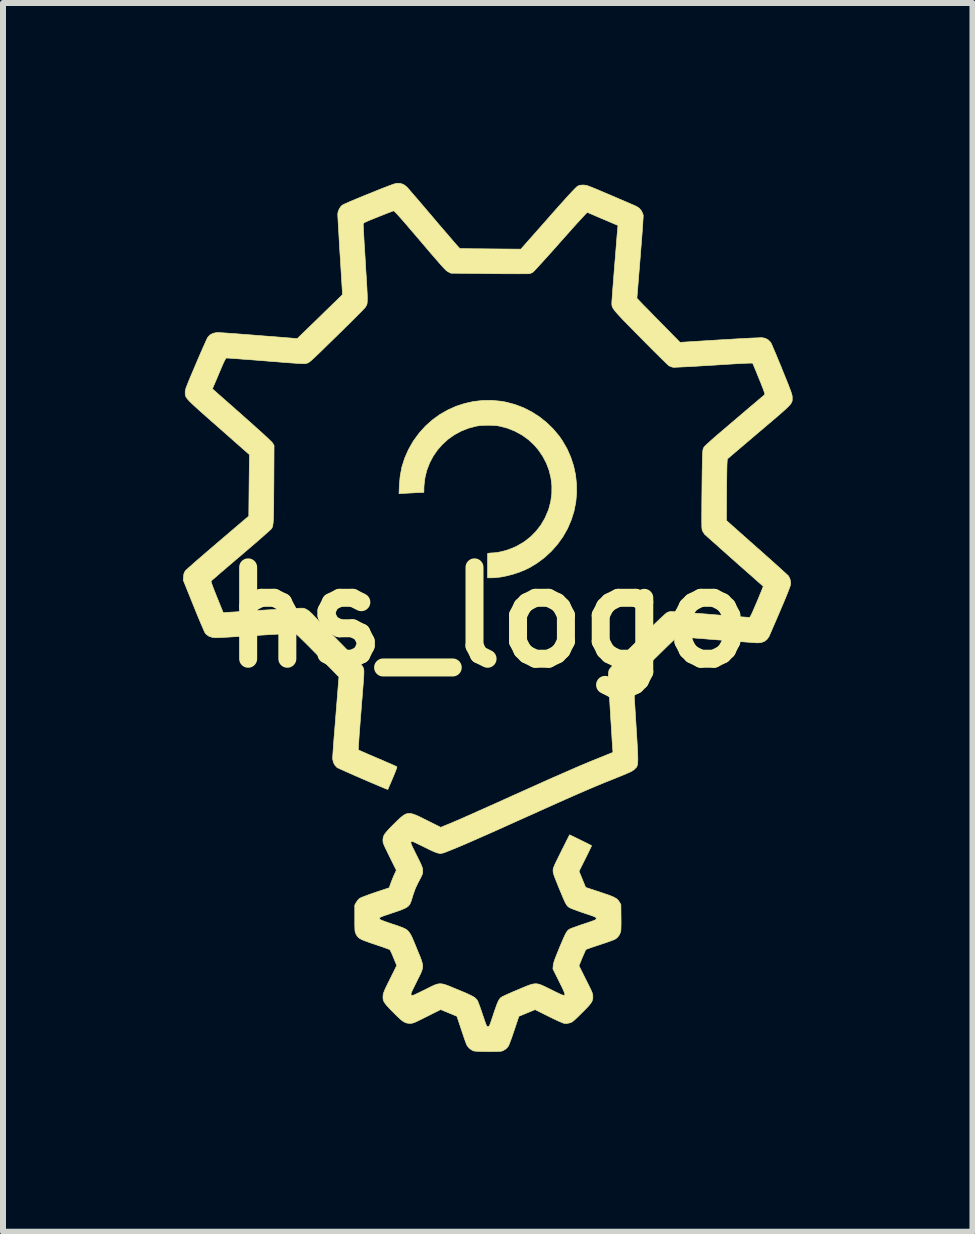
<source format=kicad_pcb>
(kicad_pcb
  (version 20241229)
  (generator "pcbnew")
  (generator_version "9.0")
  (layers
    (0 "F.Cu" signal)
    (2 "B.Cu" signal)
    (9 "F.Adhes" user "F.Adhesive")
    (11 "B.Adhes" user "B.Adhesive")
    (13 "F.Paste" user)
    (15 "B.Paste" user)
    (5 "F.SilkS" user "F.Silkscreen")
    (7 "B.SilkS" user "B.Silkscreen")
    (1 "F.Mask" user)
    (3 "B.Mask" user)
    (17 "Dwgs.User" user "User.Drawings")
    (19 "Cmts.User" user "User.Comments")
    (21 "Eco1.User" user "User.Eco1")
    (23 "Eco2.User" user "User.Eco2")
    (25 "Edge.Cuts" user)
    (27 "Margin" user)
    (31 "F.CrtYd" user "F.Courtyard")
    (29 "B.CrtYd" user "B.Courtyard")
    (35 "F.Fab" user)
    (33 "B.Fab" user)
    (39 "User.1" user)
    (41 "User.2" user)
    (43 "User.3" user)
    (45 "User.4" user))
  (footprint "hs_logo"
    (layer "F.Cu")
    (at 5.079 7.244)
    (property "Reference" "hs_logo" (at 0 0 0) (layer "F.SilkS") (effects (font (size 1.524 1.524) (thickness 0.3))))
    (attr through_hole)
    (fp_poly (pts (xy 0.226 -3.604) (xy 0.305 -3.59) (xy 0.453 -3.551) (xy 0.596 -3.497) (xy 0.733 -3.428) (xy 0.863 -3.345) (xy 0.984 -3.249) (xy 1.095 -3.141) (xy 1.194 -3.023) (xy 1.247 -2.946) (xy 1.325 -2.812) (xy 1.387 -2.671) (xy 1.435 -2.525) (xy 1.467 -2.376) (xy 1.483 -2.225) (xy 1.485 -2.072) (xy 1.471 -1.92) (xy 1.441 -1.77) (xy 1.395 -1.624) (xy 1.334 -1.482) (xy 1.333 -1.48) (xy 1.257 -1.346) (xy 1.167 -1.221) (xy 1.064 -1.104) (xy 0.949 -0.998) (xy 0.823 -0.904) (xy 0.711 -0.836) (xy 0.624 -0.793) (xy 0.527 -0.754) (xy 0.424 -0.72) (xy 0.319 -0.693) (xy 0.216 -0.673) (xy 0.12 -0.662) (xy 0.066 -0.66) (xy 0 -0.66) (xy 0 -1.065) (xy 0.019 -1.07) (xy 0.039 -1.073) (xy 0.067 -1.075) (xy 0.077 -1.075) (xy 0.147 -1.08) (xy 0.225 -1.095) (xy 0.309 -1.117) (xy 0.394 -1.147) (xy 0.475 -1.182) (xy 0.499 -1.194) (xy 0.613 -1.262) (xy 0.718 -1.344) (xy 0.81 -1.437) (xy 0.89 -1.541) (xy 0.957 -1.655) (xy 1.01 -1.778) (xy 1.021 -1.808) (xy 1.054 -1.936) (xy 1.071 -2.066) (xy 1.072 -2.196) (xy 1.057 -2.324) (xy 1.027 -2.449) (xy 0.981 -2.571) (xy 0.921 -2.686) (xy 0.846 -2.795) (xy 0.782 -2.87) (xy 0.684 -2.962) (xy 0.576 -3.04) (xy 0.459 -3.104) (xy 0.333 -3.155) (xy 0.207 -3.188) (xy 0.154 -3.197) (xy 0.09 -3.202) (xy 0.019 -3.204) (xy -0.052 -3.203) (xy -0.12 -3.199) (xy -0.177 -3.191) (xy -0.189 -3.189) (xy -0.317 -3.155) (xy -0.439 -3.107) (xy -0.552 -3.046) (xy -0.657 -2.972) (xy -0.751 -2.887) (xy -0.835 -2.792) (xy -0.907 -2.688) (xy -0.966 -2.576) (xy -1.012 -2.457) (xy -1.043 -2.332) (xy -1.059 -2.203) (xy -1.061 -2.166) (xy -1.062 -2.085) (xy -1.181 -2.08) (xy -1.234 -2.077) (xy -1.291 -2.074) (xy -1.345 -2.071) (xy -1.388 -2.069) (xy -1.476 -2.063) (xy -1.471 -2.202) (xy -1.457 -2.358) (xy -1.428 -2.509) (xy -1.382 -2.654) (xy -1.32 -2.795) (xy -1.242 -2.933) (xy -1.23 -2.951) (xy -1.137 -3.077) (xy -1.033 -3.192) (xy -0.918 -3.294) (xy -0.795 -3.383) (xy -0.664 -3.458) (xy -0.526 -3.52) (xy -0.382 -3.567) (xy -0.234 -3.6) (xy -0.083 -3.617) (xy 0.071 -3.619) (xy 0.226 -3.604)) (stroke (width 0.01) (type solid)) (fill yes) (layer "F.SilkS"))
    (fp_poly (pts (xy -1.442 -7.233) (xy -1.397 -7.216) (xy -1.355 -7.184) (xy -1.337 -7.166) (xy -1.325 -7.153) (xy -1.303 -7.128) (xy -1.272 -7.092) (xy -1.234 -7.047) (xy -1.187 -6.994) (xy -1.135 -6.933) (xy -1.078 -6.866) (xy -1.016 -6.793) (xy -0.951 -6.717) (xy -0.885 -6.639) (xy -0.819 -6.561) (xy -0.755 -6.487) (xy -0.696 -6.418) (xy -0.641 -6.354) (xy -0.592 -6.297) (xy -0.55 -6.248) (xy -0.515 -6.208) (xy -0.488 -6.178) (xy -0.47 -6.159) (xy -0.463 -6.151) (xy -0.463 -6.151) (xy -0.453 -6.15) (xy -0.427 -6.15) (xy -0.388 -6.149) (xy -0.336 -6.148) (xy -0.273 -6.147) (xy -0.201 -6.146) (xy -0.121 -6.146) (xy -0.035 -6.145) (xy 0.051 -6.144) (xy 0.555 -6.14) (xy 1.008 -6.652) (xy 1.099 -6.756) (xy 1.18 -6.847) (xy 1.251 -6.926) (xy 1.312 -6.994) (xy 1.364 -7.051) (xy 1.407 -7.097) (xy 1.441 -7.133) (xy 1.468 -7.16) (xy 1.487 -7.178) (xy 1.498 -7.187) (xy 1.499 -7.187) (xy 1.523 -7.2) (xy 1.547 -7.206) (xy 1.578 -7.209) (xy 1.596 -7.209) (xy 1.61 -7.208) (xy 1.623 -7.207) (xy 1.637 -7.205) (xy 1.654 -7.201) (xy 1.674 -7.195) (xy 1.7 -7.185) (xy 1.733 -7.173) (xy 1.774 -7.156) (xy 1.825 -7.135) (xy 1.887 -7.109) (xy 1.961 -7.077) (xy 2.05 -7.04) (xy 2.057 -7.036) (xy 2.136 -7.003) (xy 2.21 -6.971) (xy 2.279 -6.941) (xy 2.341 -6.915) (xy 2.393 -6.892) (xy 2.436 -6.874) (xy 2.466 -6.86) (xy 2.483 -6.853) (xy 2.485 -6.852) (xy 2.531 -6.82) (xy 2.567 -6.776) (xy 2.59 -6.725) (xy 2.595 -6.705) (xy 2.595 -6.692) (xy 2.594 -6.664) (xy 2.591 -6.621) (xy 2.588 -6.566) (xy 2.583 -6.499) (xy 2.578 -6.422) (xy 2.571 -6.335) (xy 2.564 -6.242) (xy 2.556 -6.142) (xy 2.548 -6.037) (xy 2.545 -5.999) (xy 2.49 -5.322) (xy 2.534 -5.275) (xy 2.548 -5.26) (xy 2.573 -5.234) (xy 2.607 -5.199) (xy 2.65 -5.156) (xy 2.699 -5.106) (xy 2.753 -5.05) (xy 2.811 -4.991) (xy 2.872 -4.929) (xy 2.894 -4.907) (xy 3.209 -4.586) (xy 3.866 -4.627) (xy 3.971 -4.633) (xy 4.072 -4.639) (xy 4.169 -4.645) (xy 4.258 -4.65) (xy 4.339 -4.654) (xy 4.411 -4.658) (xy 4.472 -4.66) (xy 4.52 -4.662) (xy 4.555 -4.664) (xy 4.574 -4.664) (xy 4.576 -4.664) (xy 4.632 -4.653) (xy 4.679 -4.627) (xy 4.719 -4.587) (xy 4.726 -4.574) (xy 4.739 -4.547) (xy 4.756 -4.507) (xy 4.778 -4.456) (xy 4.804 -4.396) (xy 4.832 -4.328) (xy 4.863 -4.253) (xy 4.896 -4.174) (xy 4.91 -4.138) (xy 4.947 -4.046) (xy 4.979 -3.968) (xy 5.005 -3.903) (xy 5.026 -3.849) (xy 5.043 -3.805) (xy 5.056 -3.77) (xy 5.065 -3.742) (xy 5.072 -3.72) (xy 5.076 -3.703) (xy 5.079 -3.688) (xy 5.08 -3.675) (xy 5.08 -3.662) (xy 5.08 -3.661) (xy 5.08 -3.643) (xy 5.08 -3.628) (xy 5.079 -3.614) (xy 5.075 -3.599) (xy 5.069 -3.585) (xy 5.06 -3.569) (xy 5.046 -3.55) (xy 5.027 -3.529) (xy 5.003 -3.504) (xy 4.971 -3.474) (xy 4.932 -3.439) (xy 4.885 -3.397) (xy 4.829 -3.349) (xy 4.763 -3.292) (xy 4.686 -3.227) (xy 4.598 -3.152) (xy 4.521 -3.087) (xy 3.998 -2.642) (xy 3.993 -2.572) (xy 3.992 -2.55) (xy 3.991 -2.513) (xy 3.99 -2.462) (xy 3.989 -2.401) (xy 3.988 -2.33) (xy 3.987 -2.252) (xy 3.986 -2.169) (xy 3.986 -2.081) (xy 3.985 -2.058) (xy 3.983 -1.615) (xy 4.492 -1.163) (xy 4.572 -1.093) (xy 4.648 -1.025) (xy 4.72 -0.961) (xy 4.787 -0.901) (xy 4.847 -0.847) (xy 4.9 -0.799) (xy 4.944 -0.759) (xy 4.979 -0.727) (xy 5.004 -0.704) (xy 5.017 -0.691) (xy 5.019 -0.688) (xy 5.043 -0.639) (xy 5.053 -0.584) (xy 5.053 -0.556) (xy 5.05 -0.54) (xy 5.043 -0.517) (xy 5.031 -0.484) (xy 5.015 -0.442) (xy 4.994 -0.388) (xy 4.967 -0.322) (xy 4.934 -0.243) (xy 4.894 -0.15) (xy 4.878 -0.111) (xy 4.844 -0.032) (xy 4.812 0.043) (xy 4.782 0.112) (xy 4.755 0.174) (xy 4.732 0.228) (xy 4.713 0.271) (xy 4.7 0.302) (xy 4.692 0.32) (xy 4.69 0.322) (xy 4.659 0.366) (xy 4.616 0.399) (xy 4.563 0.419) (xy 4.51 0.424) (xy 4.493 0.424) (xy 4.461 0.422) (xy 4.415 0.419) (xy 4.356 0.414) (xy 4.286 0.409) (xy 4.206 0.403) (xy 4.119 0.396) (xy 4.024 0.389) (xy 3.924 0.381) (xy 3.82 0.373) (xy 3.814 0.372) (xy 3.693 0.363) (xy 3.587 0.354) (xy 3.495 0.347) (xy 3.418 0.341) (xy 3.352 0.336) (xy 3.299 0.333) (xy 3.255 0.33) (xy 3.221 0.328) (xy 3.195 0.328) (xy 3.177 0.328) (xy 3.164 0.329) (xy 3.156 0.33) (xy 3.153 0.332) (xy 3.144 0.339) (xy 3.124 0.358) (xy 3.094 0.387) (xy 3.055 0.424) (xy 3.009 0.468) (xy 2.957 0.519) (xy 2.899 0.576) (xy 2.837 0.637) (xy 2.782 0.691) (xy 2.429 1.039) (xy 2.471 1.722) (xy 2.479 1.851) (xy 2.486 1.964) (xy 2.492 2.063) (xy 2.497 2.148) (xy 2.501 2.22) (xy 2.503 2.281) (xy 2.505 2.332) (xy 2.505 2.374) (xy 2.504 2.408) (xy 2.502 2.435) (xy 2.499 2.457) (xy 2.494 2.474) (xy 2.488 2.488) (xy 2.481 2.499) (xy 2.472 2.509) (xy 2.461 2.519) (xy 2.45 2.53) (xy 2.448 2.532) (xy 2.438 2.541) (xy 2.427 2.549) (xy 2.413 2.558) (xy 2.396 2.568) (xy 2.372 2.58) (xy 2.342 2.593) (xy 2.304 2.61) (xy 2.256 2.63) (xy 2.197 2.654) (xy 2.125 2.683) (xy 2.039 2.718) (xy 2.019 2.726) (xy 1.945 2.755) (xy 1.869 2.787) (xy 1.789 2.82) (xy 1.704 2.856) (xy 1.614 2.895) (xy 1.516 2.937) (xy 1.41 2.984) (xy 1.294 3.035) (xy 1.168 3.091) (xy 1.03 3.153) (xy 0.879 3.221) (xy 0.713 3.296) (xy 0.703 3.3) (xy 0.507 3.388) (xy 0.325 3.47) (xy 0.156 3.546) (xy 0.001 3.615) (xy -0.14 3.677) (xy -0.267 3.733) (xy -0.38 3.782) (xy -0.479 3.824) (xy -0.563 3.859) (xy -0.633 3.887) (xy -0.687 3.909) (xy -0.727 3.923) (xy -0.745 3.929) (xy -0.767 3.933) (xy -0.788 3.935) (xy -0.812 3.932) (xy -0.839 3.926) (xy -0.873 3.914) (xy -0.915 3.896) (xy -0.967 3.872) (xy -1.031 3.84) (xy -1.058 3.827) (xy -1.119 3.797) (xy -1.166 3.774) (xy -1.202 3.757) (xy -1.228 3.745) (xy -1.246 3.738) (xy -1.258 3.736) (xy -1.266 3.736) (xy -1.271 3.739) (xy -1.274 3.742) (xy -1.277 3.747) (xy -1.279 3.754) (xy -1.277 3.765) (xy -1.272 3.781) (xy -1.263 3.804) (xy -1.248 3.836) (xy -1.227 3.878) (xy -1.2 3.933) (xy -1.184 3.965) (xy -1.153 4.027) (xy -1.129 4.076) (xy -1.111 4.114) (xy -1.099 4.144) (xy -1.09 4.167) (xy -1.085 4.185) (xy -1.082 4.2) (xy -1.081 4.216) (xy -1.081 4.224) (xy -1.081 4.242) (xy -1.082 4.257) (xy -1.085 4.271) (xy -1.091 4.289) (xy -1.1 4.311) (xy -1.115 4.341) (xy -1.136 4.381) (xy -1.158 4.423) (xy -1.204 4.519) (xy -1.24 4.62) (xy -1.258 4.679) (xy -1.269 4.716) (xy -1.282 4.75) (xy -1.293 4.776) (xy -1.296 4.781) (xy -1.309 4.799) (xy -1.325 4.816) (xy -1.345 4.831) (xy -1.371 4.846) (xy -1.406 4.862) (xy -1.45 4.88) (xy -1.507 4.9) (xy -1.578 4.924) (xy -1.593 4.929) (xy -1.657 4.951) (xy -1.706 4.967) (xy -1.743 4.98) (xy -1.769 4.99) (xy -1.786 4.998) (xy -1.796 5.005) (xy -1.801 5.011) (xy -1.802 5.017) (xy -1.802 5.02) (xy -1.8 5.027) (xy -1.795 5.033) (xy -1.785 5.04) (xy -1.768 5.048) (xy -1.743 5.058) (xy -1.708 5.071) (xy -1.66 5.088) (xy -1.599 5.109) (xy -1.583 5.114) (xy -1.516 5.136) (xy -1.46 5.156) (xy -1.415 5.173) (xy -1.378 5.19) (xy -1.347 5.209) (xy -1.322 5.232) (xy -1.3 5.26) (xy -1.279 5.294) (xy -1.257 5.338) (xy -1.234 5.392) (xy -1.206 5.459) (xy -1.183 5.516) (xy -1.152 5.592) (xy -1.126 5.654) (xy -1.106 5.706) (xy -1.093 5.749) (xy -1.084 5.786) (xy -1.082 5.82) (xy -1.086 5.853) (xy -1.095 5.887) (xy -1.11 5.925) (xy -1.131 5.97) (xy -1.158 6.023) (xy -1.183 6.074) (xy -1.214 6.136) (xy -1.237 6.183) (xy -1.255 6.22) (xy -1.266 6.246) (xy -1.274 6.265) (xy -1.277 6.278) (xy -1.276 6.286) (xy -1.273 6.291) (xy -1.269 6.296) (xy -1.264 6.3) (xy -1.257 6.302) (xy -1.248 6.302) (xy -1.234 6.298) (xy -1.213 6.289) (xy -1.185 6.276) (xy -1.146 6.258) (xy -1.096 6.233) (xy -1.042 6.207) (xy -0.981 6.176) (xy -0.93 6.151) (xy -0.888 6.131) (xy -0.852 6.118) (xy -0.819 6.11) (xy -0.787 6.108) (xy -0.753 6.111) (xy -0.716 6.12) (xy -0.672 6.135) (xy -0.619 6.156) (xy -0.555 6.183) (xy -0.491 6.209) (xy -0.415 6.241) (xy -0.353 6.267) (xy -0.304 6.29) (xy -0.265 6.309) (xy -0.235 6.325) (xy -0.212 6.341) (xy -0.195 6.356) (xy -0.181 6.371) (xy -0.172 6.383) (xy -0.164 6.398) (xy -0.152 6.427) (xy -0.137 6.467) (xy -0.119 6.516) (xy -0.1 6.571) (xy -0.085 6.617) (xy -0.063 6.68) (xy -0.047 6.729) (xy -0.034 6.765) (xy -0.024 6.791) (xy -0.016 6.808) (xy -0.01 6.818) (xy -0.003 6.822) (xy 0.003 6.824) (xy 0.007 6.824) (xy 0.014 6.824) (xy 0.021 6.821) (xy 0.027 6.814) (xy 0.034 6.801) (xy 0.043 6.78) (xy 0.054 6.75) (xy 0.068 6.707) (xy 0.087 6.652) (xy 0.096 6.623) (xy 0.121 6.549) (xy 0.142 6.49) (xy 0.159 6.443) (xy 0.175 6.407) (xy 0.189 6.379) (xy 0.203 6.359) (xy 0.217 6.343) (xy 0.233 6.331) (xy 0.235 6.329) (xy 0.251 6.321) (xy 0.28 6.307) (xy 0.32 6.288) (xy 0.369 6.267) (xy 0.425 6.242) (xy 0.485 6.217) (xy 0.504 6.209) (xy 0.579 6.177) (xy 0.642 6.151) (xy 0.693 6.131) (xy 0.737 6.117) (xy 0.774 6.11) (xy 0.809 6.108) (xy 0.843 6.112) (xy 0.88 6.123) (xy 0.92 6.139) (xy 0.968 6.162) (xy 1.026 6.19) (xy 1.066 6.21) (xy 1.136 6.245) (xy 1.192 6.272) (xy 1.235 6.291) (xy 1.265 6.301) (xy 1.283 6.3) (xy 1.289 6.289) (xy 1.285 6.266) (xy 1.271 6.23) (xy 1.249 6.181) (xy 1.218 6.118) (xy 1.195 6.072) (xy 1.09 5.861) (xy 1.094 5.807) (xy 1.096 5.789) (xy 1.1 5.768) (xy 1.108 5.743) (xy 1.118 5.711) (xy 1.133 5.671) (xy 1.153 5.62) (xy 1.179 5.557) (xy 1.197 5.512) (xy 1.229 5.436) (xy 1.255 5.375) (xy 1.277 5.325) (xy 1.295 5.287) (xy 1.311 5.258) (xy 1.325 5.236) (xy 1.339 5.219) (xy 1.353 5.207) (xy 1.366 5.198) (xy 1.381 5.191) (xy 1.41 5.179) (xy 1.45 5.165) (xy 1.499 5.147) (xy 1.553 5.128) (xy 1.602 5.112) (xy 1.666 5.091) (xy 1.715 5.074) (xy 1.751 5.061) (xy 1.778 5.051) (xy 1.795 5.043) (xy 1.805 5.037) (xy 1.81 5.03) (xy 1.812 5.024) (xy 1.812 5.019) (xy 1.811 5.012) (xy 1.809 5.006) (xy 1.802 5) (xy 1.789 4.993) (xy 1.769 4.984) (xy 1.739 4.973) (xy 1.698 4.959) (xy 1.643 4.941) (xy 1.602 4.927) (xy 1.54 4.906) (xy 1.483 4.885) (xy 1.433 4.867) (xy 1.394 4.851) (xy 1.368 4.839) (xy 1.359 4.834) (xy 1.346 4.824) (xy 1.334 4.813) (xy 1.322 4.799) (xy 1.31 4.78) (xy 1.296 4.755) (xy 1.28 4.721) (xy 1.261 4.678) (xy 1.238 4.623) (xy 1.21 4.556) (xy 1.186 4.499) (xy 1.159 4.431) (xy 1.137 4.376) (xy 1.12 4.333) (xy 1.108 4.299) (xy 1.1 4.273) (xy 1.095 4.253) (xy 1.093 4.236) (xy 1.092 4.222) (xy 1.093 4.209) (xy 1.094 4.195) (xy 1.098 4.18) (xy 1.105 4.161) (xy 1.115 4.136) (xy 1.129 4.104) (xy 1.149 4.063) (xy 1.174 4.012) (xy 1.205 3.949) (xy 1.229 3.901) (xy 1.26 3.839) (xy 1.289 3.781) (xy 1.314 3.73) (xy 1.336 3.687) (xy 1.353 3.654) (xy 1.363 3.633) (xy 1.367 3.625) (xy 1.375 3.628) (xy 1.395 3.638) (xy 1.426 3.652) (xy 1.464 3.671) (xy 1.506 3.691) (xy 1.552 3.714) (xy 1.597 3.736) (xy 1.64 3.757) (xy 1.677 3.776) (xy 1.707 3.791) (xy 1.727 3.802) (xy 1.734 3.806) (xy 1.731 3.814) (xy 1.721 3.835) (xy 1.706 3.867) (xy 1.686 3.909) (xy 1.662 3.958) (xy 1.635 4.012) (xy 1.631 4.02) (xy 1.525 4.232) (xy 1.635 4.501) (xy 1.871 4.579) (xy 1.947 4.605) (xy 2.01 4.626) (xy 2.059 4.645) (xy 2.098 4.661) (xy 2.128 4.677) (xy 2.151 4.691) (xy 2.169 4.707) (xy 2.184 4.724) (xy 2.197 4.744) (xy 2.199 4.747) (xy 2.223 4.788) (xy 2.225 5) (xy 2.226 5.082) (xy 2.225 5.147) (xy 2.224 5.197) (xy 2.221 5.23) (xy 2.218 5.245) (xy 2.197 5.294) (xy 2.166 5.335) (xy 2.13 5.363) (xy 2.113 5.371) (xy 2.082 5.383) (xy 2.04 5.399) (xy 1.99 5.417) (xy 1.933 5.436) (xy 1.873 5.456) (xy 1.871 5.457) (xy 1.812 5.476) (xy 1.759 5.494) (xy 1.713 5.51) (xy 1.676 5.523) (xy 1.651 5.532) (xy 1.64 5.537) (xy 1.64 5.537) (xy 1.635 5.547) (xy 1.624 5.569) (xy 1.61 5.602) (xy 1.592 5.642) (xy 1.578 5.675) (xy 1.524 5.808) (xy 1.639 6.039) (xy 1.672 6.104) (xy 1.698 6.157) (xy 1.718 6.198) (xy 1.733 6.23) (xy 1.743 6.255) (xy 1.749 6.275) (xy 1.753 6.291) (xy 1.755 6.306) (xy 1.755 6.321) (xy 1.755 6.348) (xy 1.751 6.372) (xy 1.743 6.395) (xy 1.73 6.42) (xy 1.71 6.447) (xy 1.683 6.48) (xy 1.646 6.519) (xy 1.599 6.567) (xy 1.568 6.597) (xy 1.521 6.644) (xy 1.484 6.68) (xy 1.456 6.706) (xy 1.433 6.726) (xy 1.415 6.74) (xy 1.4 6.749) (xy 1.385 6.755) (xy 1.369 6.76) (xy 1.369 6.761) (xy 1.316 6.771) (xy 1.281 6.769) (xy 1.262 6.764) (xy 1.229 6.75) (xy 1.183 6.731) (xy 1.128 6.705) (xy 1.063 6.674) (xy 1.017 6.651) (xy 0.792 6.539) (xy 0.522 6.651) (xy 0.443 6.887) (xy 0.422 6.949) (xy 0.402 7.007) (xy 0.383 7.058) (xy 0.367 7.101) (xy 0.354 7.133) (xy 0.344 7.152) (xy 0.343 7.154) (xy 0.308 7.192) (xy 0.263 7.221) (xy 0.236 7.231) (xy 0.217 7.234) (xy 0.184 7.236) (xy 0.141 7.237) (xy 0.09 7.238) (xy 0.034 7.239) (xy -0.023 7.238) (xy -0.079 7.237) (xy -0.131 7.236) (xy -0.176 7.234) (xy -0.211 7.231) (xy -0.233 7.228) (xy -0.236 7.227) (xy -0.272 7.208) (xy -0.308 7.179) (xy -0.336 7.146) (xy -0.346 7.13) (xy -0.353 7.114) (xy -0.364 7.085) (xy -0.379 7.043) (xy -0.396 6.994) (xy -0.415 6.937) (xy -0.435 6.877) (xy -0.436 6.874) (xy -0.511 6.65) (xy -0.782 6.538) (xy -1.011 6.653) (xy -1.076 6.685) (xy -1.128 6.711) (xy -1.169 6.731) (xy -1.201 6.746) (xy -1.225 6.756) (xy -1.245 6.762) (xy -1.261 6.766) (xy -1.276 6.768) (xy -1.291 6.768) (xy -1.295 6.768) (xy -1.324 6.767) (xy -1.35 6.762) (xy -1.376 6.753) (xy -1.403 6.738) (xy -1.434 6.716) (xy -1.469 6.685) (xy -1.512 6.645) (xy -1.564 6.593) (xy -1.577 6.58) (xy -1.628 6.528) (xy -1.667 6.486) (xy -1.697 6.451) (xy -1.718 6.422) (xy -1.732 6.396) (xy -1.74 6.372) (xy -1.743 6.347) (xy -1.743 6.319) (xy -1.742 6.308) (xy -1.741 6.291) (xy -1.737 6.274) (xy -1.731 6.254) (xy -1.721 6.229) (xy -1.708 6.197) (xy -1.689 6.157) (xy -1.664 6.106) (xy -1.632 6.042) (xy -1.626 6.03) (xy -1.514 5.804) (xy -1.566 5.677) (xy -1.584 5.633) (xy -1.601 5.595) (xy -1.615 5.565) (xy -1.625 5.545) (xy -1.628 5.54) (xy -1.639 5.535) (xy -1.663 5.526) (xy -1.699 5.513) (xy -1.745 5.496) (xy -1.799 5.478) (xy -1.858 5.458) (xy -1.872 5.453) (xy -1.948 5.428) (xy -2.009 5.406) (xy -2.058 5.388) (xy -2.096 5.372) (xy -2.126 5.356) (xy -2.148 5.341) (xy -2.165 5.324) (xy -2.179 5.305) (xy -2.191 5.284) (xy -2.194 5.277) (xy -2.2 5.264) (xy -2.205 5.252) (xy -2.208 5.237) (xy -2.211 5.218) (xy -2.212 5.193) (xy -2.213 5.159) (xy -2.214 5.113) (xy -2.214 5.055) (xy -2.214 5.017) (xy -2.214 4.796) (xy -2.189 4.751) (xy -2.166 4.718) (xy -2.14 4.691) (xy -2.13 4.683) (xy -2.114 4.675) (xy -2.084 4.662) (xy -2.042 4.646) (xy -1.992 4.627) (xy -1.935 4.607) (xy -1.874 4.586) (xy -1.869 4.584) (xy -1.64 4.508) (xy -1.613 4.432) (xy -1.596 4.387) (xy -1.576 4.337) (xy -1.557 4.292) (xy -1.553 4.286) (xy -1.521 4.215) (xy -1.633 3.989) (xy -1.665 3.924) (xy -1.69 3.872) (xy -1.71 3.831) (xy -1.724 3.799) (xy -1.734 3.775) (xy -1.74 3.756) (xy -1.743 3.74) (xy -1.744 3.726) (xy -1.744 3.717) (xy -1.743 3.689) (xy -1.738 3.664) (xy -1.729 3.638) (xy -1.714 3.612) (xy -1.691 3.582) (xy -1.661 3.547) (xy -1.62 3.504) (xy -1.569 3.453) (xy -1.557 3.441) (xy -1.504 3.389) (xy -1.458 3.346) (xy -1.419 3.313) (xy -1.384 3.289) (xy -1.35 3.274) (xy -1.316 3.268) (xy -1.278 3.27) (xy -1.236 3.281) (xy -1.186 3.3) (xy -1.127 3.327) (xy -1.057 3.362) (xy -1.006 3.387) (xy -0.781 3.5) (xy -0.617 3.433) (xy -0.588 3.421) (xy -0.545 3.402) (xy -0.488 3.378) (xy -0.42 3.348) (xy -0.341 3.313) (xy -0.252 3.274) (xy -0.155 3.23) (xy -0.051 3.184) (xy 0.06 3.134) (xy 0.175 3.083) (xy 0.294 3.029) (xy 0.415 2.974) (xy 0.483 2.944) (xy 0.67 2.86) (xy 0.846 2.781) (xy 1.01 2.707) (xy 1.163 2.64) (xy 1.302 2.579) (xy 1.428 2.524) (xy 1.54 2.475) (xy 1.639 2.434) (xy 1.722 2.399) (xy 1.755 2.386) (xy 2.091 2.25) (xy 2.087 2.198) (xy 2.085 2.175) (xy 2.082 2.138) (xy 2.079 2.087) (xy 2.075 2.026) (xy 2.071 1.955) (xy 2.066 1.877) (xy 2.061 1.792) (xy 2.055 1.704) (xy 2.05 1.614) (xy 2.044 1.523) (xy 2.039 1.433) (xy 2.034 1.346) (xy 2.029 1.264) (xy 2.025 1.189) (xy 2.021 1.122) (xy 2.018 1.065) (xy 2.015 1.02) (xy 2.014 0.988) (xy 2.013 0.974) (xy 2.016 0.92) (xy 2.026 0.879) (xy 2.027 0.874) (xy 2.033 0.865) (xy 2.044 0.85) (xy 2.061 0.831) (xy 2.084 0.805) (xy 2.115 0.772) (xy 2.154 0.732) (xy 2.202 0.684) (xy 2.259 0.627) (xy 2.326 0.56) (xy 2.404 0.483) (xy 2.493 0.395) (xy 2.501 0.387) (xy 2.585 0.304) (xy 2.664 0.227) (xy 2.736 0.157) (xy 2.801 0.095) (xy 2.857 0.041) (xy 2.904 -0.003) (xy 2.942 -0.038) (xy 2.97 -0.063) (xy 2.987 -0.076) (xy 2.99 -0.079) (xy 3.017 -0.09) (xy 3.042 -0.097) (xy 3.045 -0.098) (xy 3.057 -0.098) (xy 3.085 -0.097) (xy 3.127 -0.094) (xy 3.181 -0.091) (xy 3.247 -0.086) (xy 3.323 -0.081) (xy 3.408 -0.075) (xy 3.5 -0.068) (xy 3.598 -0.06) (xy 3.7 -0.052) (xy 3.705 -0.051) (xy 3.807 -0.043) (xy 3.905 -0.035) (xy 3.997 -0.028) (xy 4.082 -0.021) (xy 4.158 -0.015) (xy 4.224 -0.01) (xy 4.279 -0.006) (xy 4.321 -0.003) (xy 4.348 -0.001) (xy 4.361 -0.000223) (xy 4.361 -0.000223) (xy 4.367 -0.001) (xy 4.373 -0.005) (xy 4.38 -0.014) (xy 4.389 -0.029) (xy 4.401 -0.052) (xy 4.416 -0.084) (xy 4.434 -0.127) (xy 4.458 -0.182) (xy 4.488 -0.251) (xy 4.491 -0.259) (xy 4.517 -0.32) (xy 4.54 -0.377) (xy 4.561 -0.427) (xy 4.577 -0.468) (xy 4.589 -0.498) (xy 4.596 -0.515) (xy 4.597 -0.519) (xy 4.586 -0.528) (xy 4.565 -0.547) (xy 4.534 -0.574) (xy 4.494 -0.609) (xy 4.446 -0.652) (xy 4.392 -0.7) (xy 4.332 -0.752) (xy 4.269 -0.808) (xy 4.202 -0.867) (xy 4.134 -0.927) (xy 4.066 -0.988) (xy 3.998 -1.048) (xy 3.932 -1.107) (xy 3.869 -1.163) (xy 3.811 -1.215) (xy 3.758 -1.262) (xy 3.712 -1.303) (xy 3.673 -1.337) (xy 3.644 -1.364) (xy 3.625 -1.381) (xy 3.617 -1.388) (xy 3.617 -1.388) (xy 3.607 -1.404) (xy 3.593 -1.427) (xy 3.588 -1.435) (xy 3.584 -1.443) (xy 3.58 -1.451) (xy 3.578 -1.461) (xy 3.575 -1.475) (xy 3.574 -1.493) (xy 3.572 -1.517) (xy 3.572 -1.549) (xy 3.571 -1.591) (xy 3.571 -1.643) (xy 3.571 -1.707) (xy 3.572 -1.786) (xy 3.572 -1.88) (xy 3.572 -1.884) (xy 3.573 -1.977) (xy 3.574 -2.075) (xy 3.575 -2.174) (xy 3.576 -2.271) (xy 3.577 -2.362) (xy 3.578 -2.444) (xy 3.58 -2.515) (xy 3.58 -2.548) (xy 3.582 -2.62) (xy 3.583 -2.677) (xy 3.585 -2.721) (xy 3.587 -2.754) (xy 3.589 -2.779) (xy 3.592 -2.797) (xy 3.595 -2.811) (xy 3.6 -2.822) (xy 3.605 -2.832) (xy 3.607 -2.834) (xy 3.614 -2.845) (xy 3.629 -2.861) (xy 3.652 -2.883) (xy 3.684 -2.912) (xy 3.724 -2.949) (xy 3.774 -2.993) (xy 3.835 -3.046) (xy 3.907 -3.107) (xy 3.99 -3.178) (xy 4.085 -3.259) (xy 4.118 -3.287) (xy 4.197 -3.354) (xy 4.272 -3.418) (xy 4.342 -3.478) (xy 4.407 -3.533) (xy 4.465 -3.582) (xy 4.516 -3.625) (xy 4.557 -3.66) (xy 4.589 -3.687) (xy 4.611 -3.705) (xy 4.62 -3.713) (xy 4.62 -3.713) (xy 4.623 -3.718) (xy 4.622 -3.729) (xy 4.617 -3.747) (xy 4.608 -3.773) (xy 4.595 -3.81) (xy 4.576 -3.858) (xy 4.552 -3.92) (xy 4.529 -3.975) (xy 4.504 -4.037) (xy 4.481 -4.094) (xy 4.46 -4.144) (xy 4.443 -4.185) (xy 4.43 -4.216) (xy 4.423 -4.234) (xy 4.421 -4.238) (xy 4.412 -4.239) (xy 4.389 -4.24) (xy 4.351 -4.239) (xy 4.297 -4.237) (xy 4.228 -4.233) (xy 4.143 -4.229) (xy 4.042 -4.223) (xy 3.925 -4.216) (xy 3.791 -4.207) (xy 3.772 -4.206) (xy 3.668 -4.2) (xy 3.569 -4.194) (xy 3.475 -4.188) (xy 3.389 -4.183) (xy 3.31 -4.179) (xy 3.242 -4.176) (xy 3.185 -4.173) (xy 3.141 -4.171) (xy 3.11 -4.17) (xy 3.095 -4.17) (xy 3.095 -4.17) (xy 3.065 -4.178) (xy 3.034 -4.191) (xy 3.027 -4.195) (xy 3.015 -4.204) (xy 2.993 -4.224) (xy 2.961 -4.255) (xy 2.921 -4.294) (xy 2.872 -4.342) (xy 2.817 -4.397) (xy 2.755 -4.458) (xy 2.69 -4.524) (xy 2.62 -4.594) (xy 2.55 -4.665) (xy 2.463 -4.753) (xy 2.388 -4.83) (xy 2.323 -4.896) (xy 2.267 -4.953) (xy 2.221 -5.002) (xy 2.182 -5.044) (xy 2.151 -5.079) (xy 2.126 -5.108) (xy 2.107 -5.133) (xy 2.093 -5.153) (xy 2.083 -5.172) (xy 2.077 -5.188) (xy 2.074 -5.203) (xy 2.072 -5.218) (xy 2.072 -5.234) (xy 2.072 -5.249) (xy 2.073 -5.266) (xy 2.075 -5.297) (xy 2.078 -5.342) (xy 2.082 -5.398) (xy 2.087 -5.465) (xy 2.093 -5.54) (xy 2.099 -5.621) (xy 2.106 -5.708) (xy 2.113 -5.797) (xy 2.12 -5.888) (xy 2.128 -5.979) (xy 2.135 -6.068) (xy 2.142 -6.153) (xy 2.148 -6.233) (xy 2.154 -6.306) (xy 2.159 -6.37) (xy 2.164 -6.423) (xy 2.168 -6.464) (xy 2.17 -6.492) (xy 2.171 -6.5) (xy 2.175 -6.535) (xy 1.924 -6.642) (xy 1.862 -6.668) (xy 1.806 -6.692) (xy 1.756 -6.714) (xy 1.715 -6.731) (xy 1.685 -6.744) (xy 1.667 -6.752) (xy 1.663 -6.753) (xy 1.656 -6.748) (xy 1.639 -6.73) (xy 1.612 -6.702) (xy 1.577 -6.664) (xy 1.534 -6.617) (xy 1.484 -6.563) (xy 1.428 -6.501) (xy 1.368 -6.433) (xy 1.303 -6.36) (xy 1.234 -6.283) (xy 1.217 -6.264) (xy 1.148 -6.185) (xy 1.081 -6.11) (xy 1.018 -6.04) (xy 0.959 -5.975) (xy 0.906 -5.916) (xy 0.859 -5.865) (xy 0.82 -5.822) (xy 0.789 -5.789) (xy 0.767 -5.766) (xy 0.755 -5.755) (xy 0.754 -5.755) (xy 0.729 -5.742) (xy 0.704 -5.732) (xy 0.704 -5.732) (xy 0.692 -5.731) (xy 0.664 -5.73) (xy 0.622 -5.73) (xy 0.568 -5.73) (xy 0.501 -5.729) (xy 0.425 -5.73) (xy 0.34 -5.73) (xy 0.248 -5.73) (xy 0.149 -5.731) (xy 0.046 -5.732) (xy 0.035 -5.732) (xy -0.611 -5.739) (xy -0.655 -5.761) (xy -0.664 -5.766) (xy -0.674 -5.773) (xy -0.686 -5.782) (xy -0.7 -5.795) (xy -0.718 -5.813) (xy -0.74 -5.836) (xy -0.766 -5.865) (xy -0.798 -5.901) (xy -0.837 -5.946) (xy -0.883 -5.999) (xy -0.937 -6.061) (xy -1 -6.135) (xy -1.072 -6.22) (xy -1.126 -6.283) (xy -1.206 -6.377) (xy -1.276 -6.458) (xy -1.336 -6.529) (xy -1.388 -6.589) (xy -1.431 -6.638) (xy -1.467 -6.679) (xy -1.497 -6.712) (xy -1.52 -6.737) (xy -1.538 -6.755) (xy -1.551 -6.768) (xy -1.561 -6.775) (xy -1.567 -6.778) (xy -1.57 -6.778) (xy -1.582 -6.774) (xy -1.608 -6.764) (xy -1.645 -6.75) (xy -1.691 -6.732) (xy -1.746 -6.71) (xy -1.805 -6.687) (xy -1.829 -6.677) (xy -1.897 -6.65) (xy -1.951 -6.628) (xy -1.992 -6.611) (xy -2.023 -6.597) (xy -2.044 -6.587) (xy -2.058 -6.579) (xy -2.067 -6.572) (xy -2.071 -6.565) (xy -2.072 -6.558) (xy -2.073 -6.556) (xy -2.073 -6.543) (xy -2.071 -6.515) (xy -2.069 -6.473) (xy -2.067 -6.419) (xy -2.063 -6.353) (xy -2.059 -6.276) (xy -2.054 -6.192) (xy -2.048 -6.1) (xy -2.042 -6.002) (xy -2.036 -5.901) (xy -2.029 -5.779) (xy -2.022 -5.673) (xy -2.017 -5.582) (xy -2.012 -5.504) (xy -2.009 -5.438) (xy -2.006 -5.383) (xy -2.005 -5.338) (xy -2.005 -5.301) (xy -2.006 -5.271) (xy -2.007 -5.248) (xy -2.01 -5.229) (xy -2.014 -5.214) (xy -2.02 -5.202) (xy -2.026 -5.191) (xy -2.033 -5.179) (xy -2.04 -5.169) (xy -2.051 -5.157) (xy -2.072 -5.134) (xy -2.103 -5.102) (xy -2.143 -5.062) (xy -2.19 -5.014) (xy -2.243 -4.961) (xy -2.302 -4.902) (xy -2.365 -4.841) (xy -2.414 -4.792) (xy -2.508 -4.7) (xy -2.591 -4.619) (xy -2.663 -4.549) (xy -2.725 -4.488) (xy -2.778 -4.436) (xy -2.824 -4.392) (xy -2.862 -4.356) (xy -2.893 -4.326) (xy -2.919 -4.303) (xy -2.94 -4.284) (xy -2.956 -4.27) (xy -2.97 -4.26) (xy -2.98 -4.252) (xy -2.989 -4.247) (xy -2.998 -4.243) (xy -3.006 -4.24) (xy -3.011 -4.239) (xy -3.019 -4.236) (xy -3.028 -4.234) (xy -3.039 -4.232) (xy -3.053 -4.231) (xy -3.071 -4.231) (xy -3.094 -4.232) (xy -3.123 -4.233) (xy -3.161 -4.235) (xy -3.207 -4.238) (xy -3.264 -4.242) (xy -3.332 -4.247) (xy -3.412 -4.253) (xy -3.506 -4.261) (xy -3.615 -4.269) (xy -3.696 -4.276) (xy -3.799 -4.284) (xy -3.897 -4.292) (xy -3.99 -4.299) (xy -4.074 -4.305) (xy -4.151 -4.311) (xy -4.217 -4.316) (xy -4.272 -4.32) (xy -4.314 -4.323) (xy -4.342 -4.324) (xy -4.354 -4.325) (xy -4.355 -4.325) (xy -4.362 -4.32) (xy -4.371 -4.306) (xy -4.384 -4.283) (xy -4.401 -4.248) (xy -4.422 -4.2) (xy -4.449 -4.138) (xy -4.453 -4.127) (xy -4.478 -4.07) (xy -4.501 -4.014) (xy -4.523 -3.962) (xy -4.542 -3.918) (xy -4.556 -3.885) (xy -4.562 -3.872) (xy -4.588 -3.811) (xy -4.095 -3.376) (xy -3.995 -3.287) (xy -3.907 -3.209) (xy -3.831 -3.14) (xy -3.766 -3.082) (xy -3.711 -3.032) (xy -3.667 -2.991) (xy -3.633 -2.958) (xy -3.607 -2.933) (xy -3.59 -2.915) (xy -3.582 -2.904) (xy -3.581 -2.903) (xy -3.56 -2.866) (xy -3.563 -2.265) (xy -3.564 -2.136) (xy -3.565 -2.023) (xy -3.565 -1.925) (xy -3.566 -1.841) (xy -3.567 -1.768) (xy -3.569 -1.707) (xy -3.57 -1.657) (xy -3.572 -1.615) (xy -3.575 -1.581) (xy -3.578 -1.554) (xy -3.581 -1.533) (xy -3.585 -1.516) (xy -3.59 -1.503) (xy -3.595 -1.492) (xy -3.601 -1.482) (xy -3.611 -1.471) (xy -3.633 -1.45) (xy -3.667 -1.42) (xy -3.71 -1.381) (xy -3.762 -1.335) (xy -3.823 -1.282) (xy -3.891 -1.223) (xy -3.966 -1.159) (xy -4.045 -1.091) (xy -4.112 -1.033) (xy -4.191 -0.967) (xy -4.266 -0.903) (xy -4.336 -0.843) (xy -4.4 -0.788) (xy -4.458 -0.739) (xy -4.507 -0.696) (xy -4.548 -0.66) (xy -4.58 -0.633) (xy -4.6 -0.615) (xy -4.609 -0.607) (xy -4.609 -0.606) (xy -4.608 -0.595) (xy -4.601 -0.568) (xy -4.586 -0.526) (xy -4.564 -0.468) (xy -4.535 -0.395) (xy -4.512 -0.337) (xy -4.407 -0.078) (xy -4.365 -0.082) (xy -4.349 -0.083) (xy -4.319 -0.085) (xy -4.274 -0.088) (xy -4.216 -0.091) (xy -4.148 -0.096) (xy -4.07 -0.101) (xy -3.984 -0.106) (xy -3.891 -0.112) (xy -3.792 -0.118) (xy -3.708 -0.123) (xy -3.584 -0.13) (xy -3.476 -0.137) (xy -3.383 -0.142) (xy -3.304 -0.146) (xy -3.238 -0.149) (xy -3.184 -0.152) (xy -3.141 -0.153) (xy -3.108 -0.154) (xy -3.084 -0.154) (xy -3.068 -0.152) (xy -3.06 -0.151) (xy -3.019 -0.134) (xy -2.976 -0.105) (xy -2.928 -0.061) (xy -2.903 -0.035) (xy -2.887 -0.018) (xy -2.861 0.009) (xy -2.826 0.046) (xy -2.782 0.091) (xy -2.731 0.144) (xy -2.674 0.202) (xy -2.612 0.265) (xy -2.546 0.332) (xy -2.479 0.401) (xy -2.467 0.413) (xy -2.39 0.491) (xy -2.324 0.559) (xy -2.268 0.616) (xy -2.221 0.664) (xy -2.183 0.704) (xy -2.152 0.737) (xy -2.127 0.764) (xy -2.109 0.785) (xy -2.095 0.802) (xy -2.085 0.816) (xy -2.078 0.827) (xy -2.074 0.838) (xy -2.07 0.848) (xy -2.07 0.848) (xy -2.067 0.857) (xy -2.065 0.866) (xy -2.063 0.876) (xy -2.062 0.889) (xy -2.062 0.906) (xy -2.062 0.928) (xy -2.063 0.957) (xy -2.065 0.992) (xy -2.068 1.036) (xy -2.072 1.09) (xy -2.077 1.155) (xy -2.083 1.232) (xy -2.09 1.322) (xy -2.099 1.427) (xy -2.108 1.547) (xy -2.108 1.548) (xy -2.117 1.658) (xy -2.125 1.761) (xy -2.132 1.856) (xy -2.139 1.942) (xy -2.144 2.019) (xy -2.148 2.084) (xy -2.152 2.136) (xy -2.154 2.176) (xy -2.154 2.2) (xy -2.154 2.209) (xy -2.145 2.214) (xy -2.121 2.224) (xy -2.086 2.24) (xy -2.04 2.26) (xy -1.986 2.284) (xy -1.924 2.31) (xy -1.857 2.339) (xy -1.833 2.349) (xy -1.764 2.378) (xy -1.701 2.406) (xy -1.643 2.431) (xy -1.594 2.452) (xy -1.555 2.47) (xy -1.528 2.482) (xy -1.513 2.489) (xy -1.512 2.49) (xy -1.513 2.5) (xy -1.52 2.524) (xy -1.533 2.56) (xy -1.552 2.607) (xy -1.575 2.663) (xy -1.583 2.682) (xy -1.605 2.733) (xy -1.625 2.78) (xy -1.642 2.819) (xy -1.654 2.848) (xy -1.662 2.865) (xy -1.663 2.868) (xy -1.672 2.866) (xy -1.694 2.857) (xy -1.728 2.844) (xy -1.772 2.825) (xy -1.825 2.803) (xy -1.885 2.777) (xy -1.95 2.75) (xy -2.019 2.72) (xy -2.089 2.69) (xy -2.159 2.659) (xy -2.227 2.63) (xy -2.292 2.601) (xy -2.351 2.575) (xy -2.404 2.551) (xy -2.448 2.531) (xy -2.482 2.516) (xy -2.503 2.505) (xy -2.511 2.501) (xy -2.545 2.464) (xy -2.57 2.417) (xy -2.582 2.363) (xy -2.583 2.344) (xy -2.582 2.327) (xy -2.58 2.295) (xy -2.577 2.248) (xy -2.573 2.189) (xy -2.568 2.119) (xy -2.562 2.039) (xy -2.555 1.951) (xy -2.547 1.856) (xy -2.539 1.756) (xy -2.531 1.651) (xy -2.53 1.641) (xy -2.478 0.992) (xy -2.836 0.627) (xy -2.913 0.549) (xy -2.979 0.482) (xy -3.035 0.426) (xy -3.082 0.38) (xy -3.12 0.343) (xy -3.15 0.313) (xy -3.174 0.292) (xy -3.192 0.277) (xy -3.205 0.267) (xy -3.214 0.263) (xy -3.217 0.263) (xy -3.228 0.263) (xy -3.256 0.265) (xy -3.297 0.267) (xy -3.352 0.27) (xy -3.417 0.274) (xy -3.493 0.279) (xy -3.577 0.284) (xy -3.668 0.289) (xy -3.765 0.295) (xy -3.852 0.301) (xy -3.955 0.307) (xy -4.053 0.313) (xy -4.147 0.318) (xy -4.234 0.323) (xy -4.313 0.328) (xy -4.382 0.332) (xy -4.44 0.335) (xy -4.485 0.337) (xy -4.517 0.338) (xy -4.53 0.339) (xy -4.593 0.332) (xy -4.647 0.313) (xy -4.69 0.282) (xy -4.707 0.262) (xy -4.715 0.248) (xy -4.728 0.22) (xy -4.746 0.179) (xy -4.768 0.128) (xy -4.794 0.067) (xy -4.823 -0.002) (xy -4.854 -0.077) (xy -4.886 -0.157) (xy -4.902 -0.196) (xy -5.074 -0.622) (xy -5.069 -0.68) (xy -5.065 -0.717) (xy -5.057 -0.745) (xy -5.043 -0.77) (xy -5.041 -0.773) (xy -5.032 -0.783) (xy -5.013 -0.801) (xy -4.984 -0.828) (xy -4.944 -0.863) (xy -4.895 -0.907) (xy -4.834 -0.96) (xy -4.762 -1.022) (xy -4.679 -1.094) (xy -4.584 -1.175) (xy -4.478 -1.266) (xy -4.359 -1.367) (xy -4.228 -1.479) (xy -4.085 -1.601) (xy -4.008 -1.666) (xy -3.981 -1.689) (xy -3.976 -2.201) (xy -3.97 -2.714) (xy -4.486 -3.169) (xy -4.583 -3.254) (xy -4.668 -3.329) (xy -4.741 -3.394) (xy -4.804 -3.45) (xy -4.858 -3.499) (xy -4.903 -3.54) (xy -4.94 -3.575) (xy -4.97 -3.605) (xy -4.993 -3.63) (xy -5.011 -3.651) (xy -5.023 -3.669) (xy -5.032 -3.685) (xy -5.037 -3.7) (xy -5.04 -3.714) (xy -5.041 -3.728) (xy -5.041 -3.744) (xy -5.041 -3.755) (xy -5.041 -3.767) (xy -5.039 -3.78) (xy -5.036 -3.795) (xy -5.031 -3.814) (xy -5.023 -3.838) (xy -5.011 -3.868) (xy -4.996 -3.907) (xy -4.977 -3.954) (xy -4.953 -4.012) (xy -4.923 -4.082) (xy -4.888 -4.165) (xy -4.864 -4.221) (xy -4.83 -4.301) (xy -4.797 -4.377) (xy -4.766 -4.448) (xy -4.738 -4.512) (xy -4.713 -4.567) (xy -4.693 -4.613) (xy -4.677 -4.646) (xy -4.667 -4.666) (xy -4.665 -4.67) (xy -4.628 -4.709) (xy -4.581 -4.735) (xy -4.525 -4.748) (xy -4.498 -4.75) (xy -4.48 -4.749) (xy -4.447 -4.747) (xy -4.399 -4.744) (xy -4.34 -4.74) (xy -4.269 -4.735) (xy -4.188 -4.729) (xy -4.1 -4.722) (xy -4.005 -4.715) (xy -3.905 -4.707) (xy -3.806 -4.699) (xy -3.172 -4.649) (xy -2.994 -4.822) (xy -2.939 -4.875) (xy -2.875 -4.937) (xy -2.807 -5.003) (xy -2.739 -5.07) (xy -2.673 -5.134) (xy -2.617 -5.188) (xy -2.418 -5.382) (xy -2.458 -6.033) (xy -2.465 -6.137) (xy -2.471 -6.238) (xy -2.476 -6.332) (xy -2.481 -6.42) (xy -2.486 -6.499) (xy -2.49 -6.569) (xy -2.493 -6.627) (xy -2.496 -6.673) (xy -2.497 -6.705) (xy -2.498 -6.722) (xy -2.498 -6.723) (xy -2.491 -6.767) (xy -2.472 -6.812) (xy -2.445 -6.852) (xy -2.421 -6.874) (xy -2.407 -6.882) (xy -2.379 -6.895) (xy -2.338 -6.913) (xy -2.287 -6.936) (xy -2.226 -6.961) (xy -2.157 -6.99) (xy -2.082 -7.021) (xy -2.002 -7.054) (xy -1.965 -7.068) (xy -1.872 -7.106) (xy -1.793 -7.138) (xy -1.727 -7.164) (xy -1.672 -7.185) (xy -1.627 -7.202) (xy -1.592 -7.215) (xy -1.564 -7.225) (xy -1.541 -7.231) (xy -1.524 -7.236) (xy -1.51 -7.238) (xy -1.497 -7.239) (xy -1.493 -7.239) (xy -1.442 -7.233)) (stroke (width 0.01) (type solid)) (fill yes) (layer "F.SilkS")))
  (gr_rect
    (start -3 -3)
    (end 13.164 17.487)
    (stroke (width 0.1) (type default))
    (fill no)
    (layer "Edge.Cuts")))
</source>
